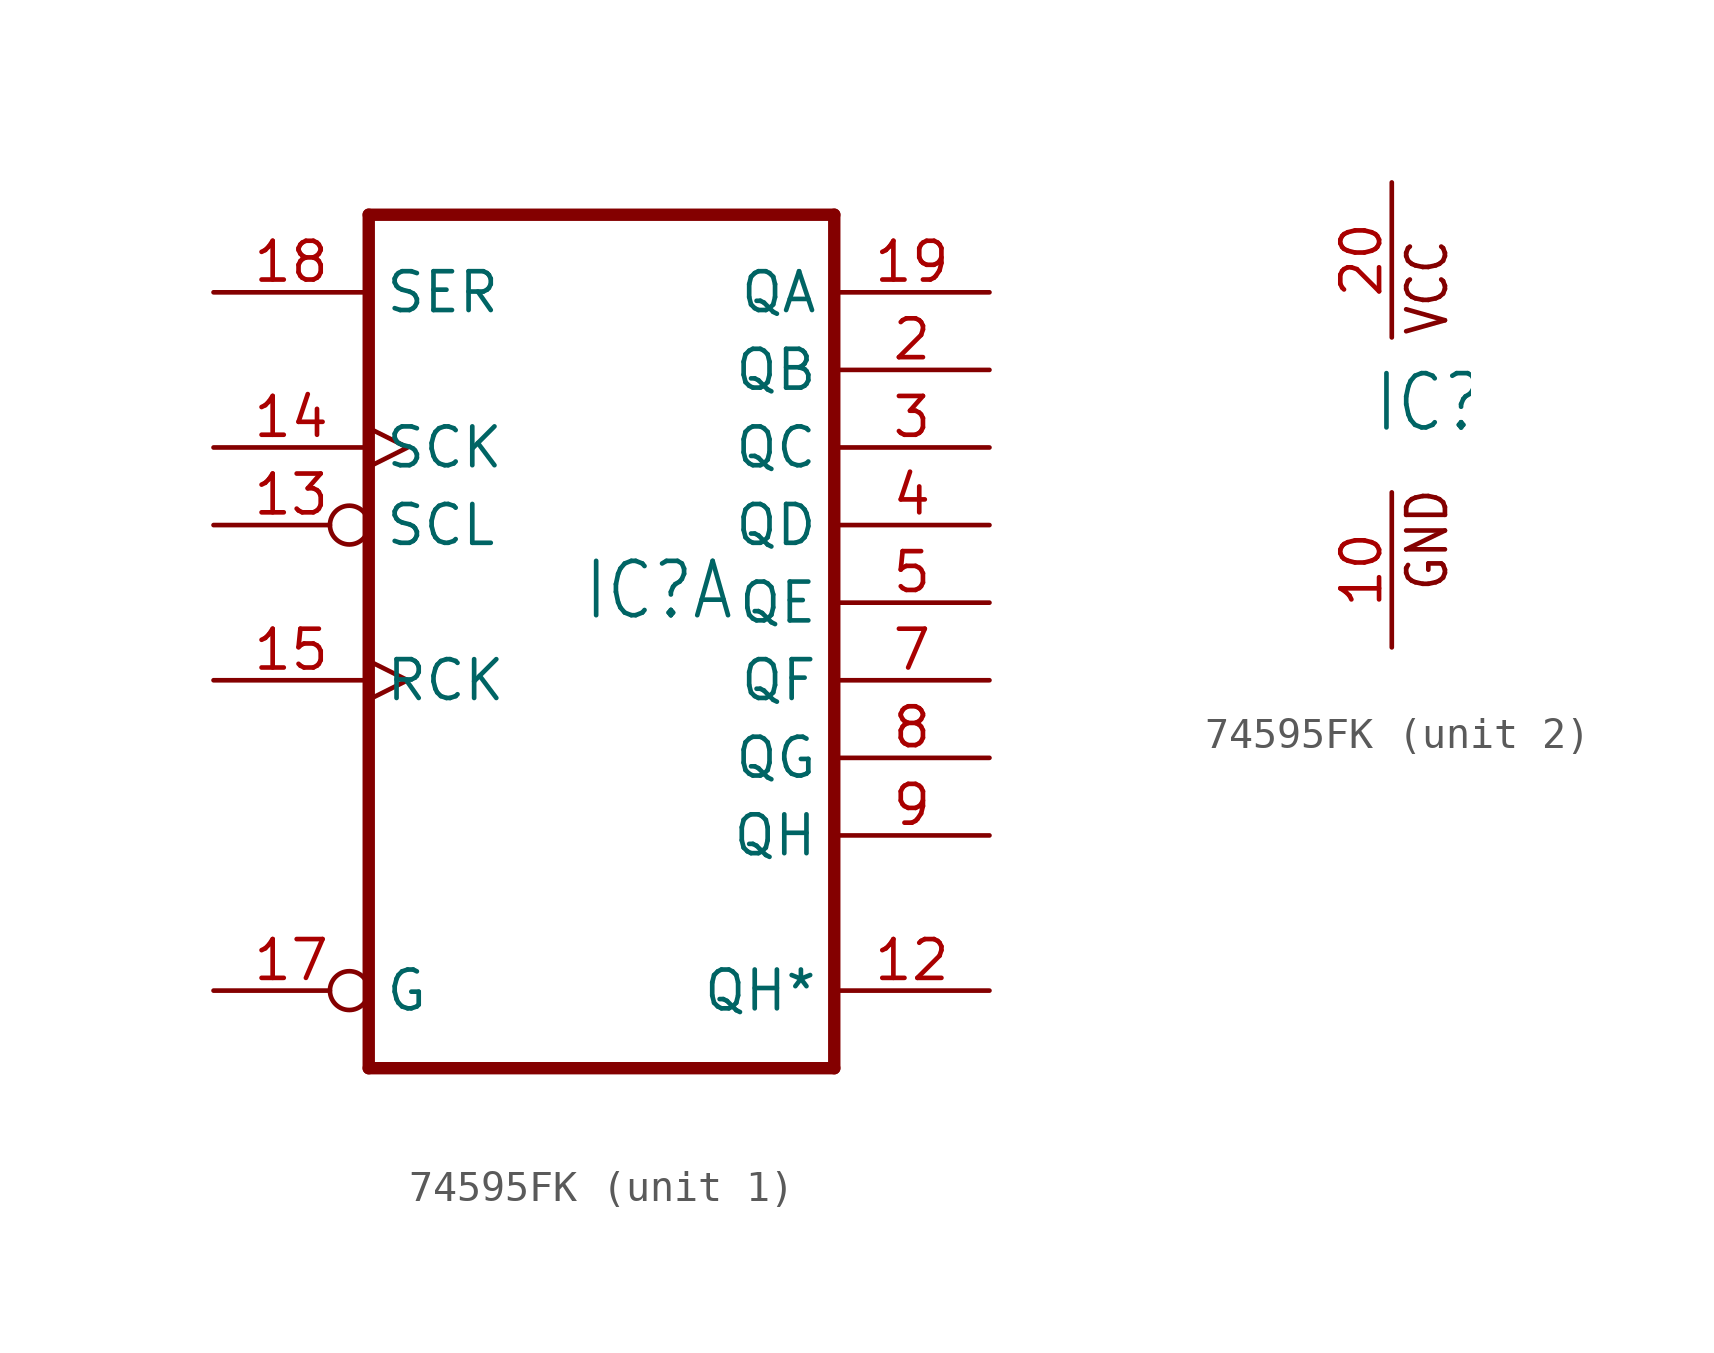
<source format=kicad_sym>
(kicad_symbol_lib
  (version 20211014)
  (generator kicad_symbol_editor)
  (symbol "74595FK"
    (property "Reference" "IC"
      (at -0.635 -0.635 0)
      (effects (font (size 1.778 1.511)) (justify left bottom)))
    (property "ki_locked" ""
      (at 0 0 0)
      (effects (font (size 1.27 1.27))))
    (symbol "74595FK_1_0"
      (polyline (pts (xy -7.62 -15.24) (xy 7.62 -15.24)) (stroke (width 0.406) (type default) (color 0 0 0 0)) (fill (type none)))
      (polyline (pts (xy -7.62 12.7) (xy -7.62 -15.24)) (stroke (width 0.406) (type default) (color 0 0 0 0)) (fill (type none)))
      (polyline (pts (xy 7.62 -15.24) (xy 7.62 12.7)) (stroke (width 0.406) (type default) (color 0 0 0 0)) (fill (type none)))
      (polyline (pts (xy 7.62 12.7) (xy -7.62 12.7)) (stroke (width 0.406) (type default) (color 0 0 0 0)) (fill (type none)))
      (pin tri_state line (at 12.7 -12.7 180) (length 5.08) (name "QH*" (effects (font (size 1.27 1.27)))) (number "12" (effects (font (size 1.27 1.27)))))
      (pin input inverted (at -12.7 2.54 0) (length 5.08) (name "SCL" (effects (font (size 1.27 1.27)))) (number "13" (effects (font (size 1.27 1.27)))))
      (pin input clock (at -12.7 5.08 0) (length 5.08) (name "SCK" (effects (font (size 1.27 1.27)))) (number "14" (effects (font (size 1.27 1.27)))))
      (pin input clock (at -12.7 -2.54 0) (length 5.08) (name "RCK" (effects (font (size 1.27 1.27)))) (number "15" (effects (font (size 1.27 1.27)))))
      (pin input inverted (at -12.7 -12.7 0) (length 5.08) (name "G" (effects (font (size 1.27 1.27)))) (number "17" (effects (font (size 1.27 1.27)))))
      (pin input line (at -12.7 10.16 0) (length 5.08) (name "SER" (effects (font (size 1.27 1.27)))) (number "18" (effects (font (size 1.27 1.27)))))
      (pin tri_state line (at 12.7 10.16 180) (length 5.08) (name "QA" (effects (font (size 1.27 1.27)))) (number "19" (effects (font (size 1.27 1.27)))))
      (pin tri_state line (at 12.7 7.62 180) (length 5.08) (name "QB" (effects (font (size 1.27 1.27)))) (number "2" (effects (font (size 1.27 1.27)))))
      (pin tri_state line (at 12.7 5.08 180) (length 5.08) (name "QC" (effects (font (size 1.27 1.27)))) (number "3" (effects (font (size 1.27 1.27)))))
      (pin tri_state line (at 12.7 2.54 180) (length 5.08) (name "QD" (effects (font (size 1.27 1.27)))) (number "4" (effects (font (size 1.27 1.27)))))
      (pin tri_state line (at 12.7 0 180) (length 5.08) (name "QE" (effects (font (size 1.27 1.27)))) (number "5" (effects (font (size 1.27 1.27)))))
      (pin tri_state line (at 12.7 -2.54 180) (length 5.08) (name "QF" (effects (font (size 1.27 1.27)))) (number "7" (effects (font (size 1.27 1.27)))))
      (pin tri_state line (at 12.7 -5.08 180) (length 5.08) (name "QG" (effects (font (size 1.27 1.27)))) (number "8" (effects (font (size 1.27 1.27)))))
      (pin tri_state line (at 12.7 -7.62 180) (length 5.08) (name "QH" (effects (font (size 1.27 1.27)))) (number "9" (effects (font (size 1.27 1.27))))))
    (symbol "74595FK_2_0"
      (text "GND" (at 1.905 -5.842 900) (effects (font (size 1.27 1.079)) (justify left bottom)))
      (text "VCC" (at 1.905 2.54 900) (effects (font (size 1.27 1.079)) (justify left bottom)))
      (pin power_in line (at 0 -7.62 90) (length 5.08) (name "GND" (effects (font (size 0 0)))) (number "10" (effects (font (size 1.27 1.27)))))
      (pin power_in line (at 0 7.62 270) (length 5.08) (name "VCC" (effects (font (size 0 0)))) (number "20" (effects (font (size 1.27 1.27))))))))
</source>
